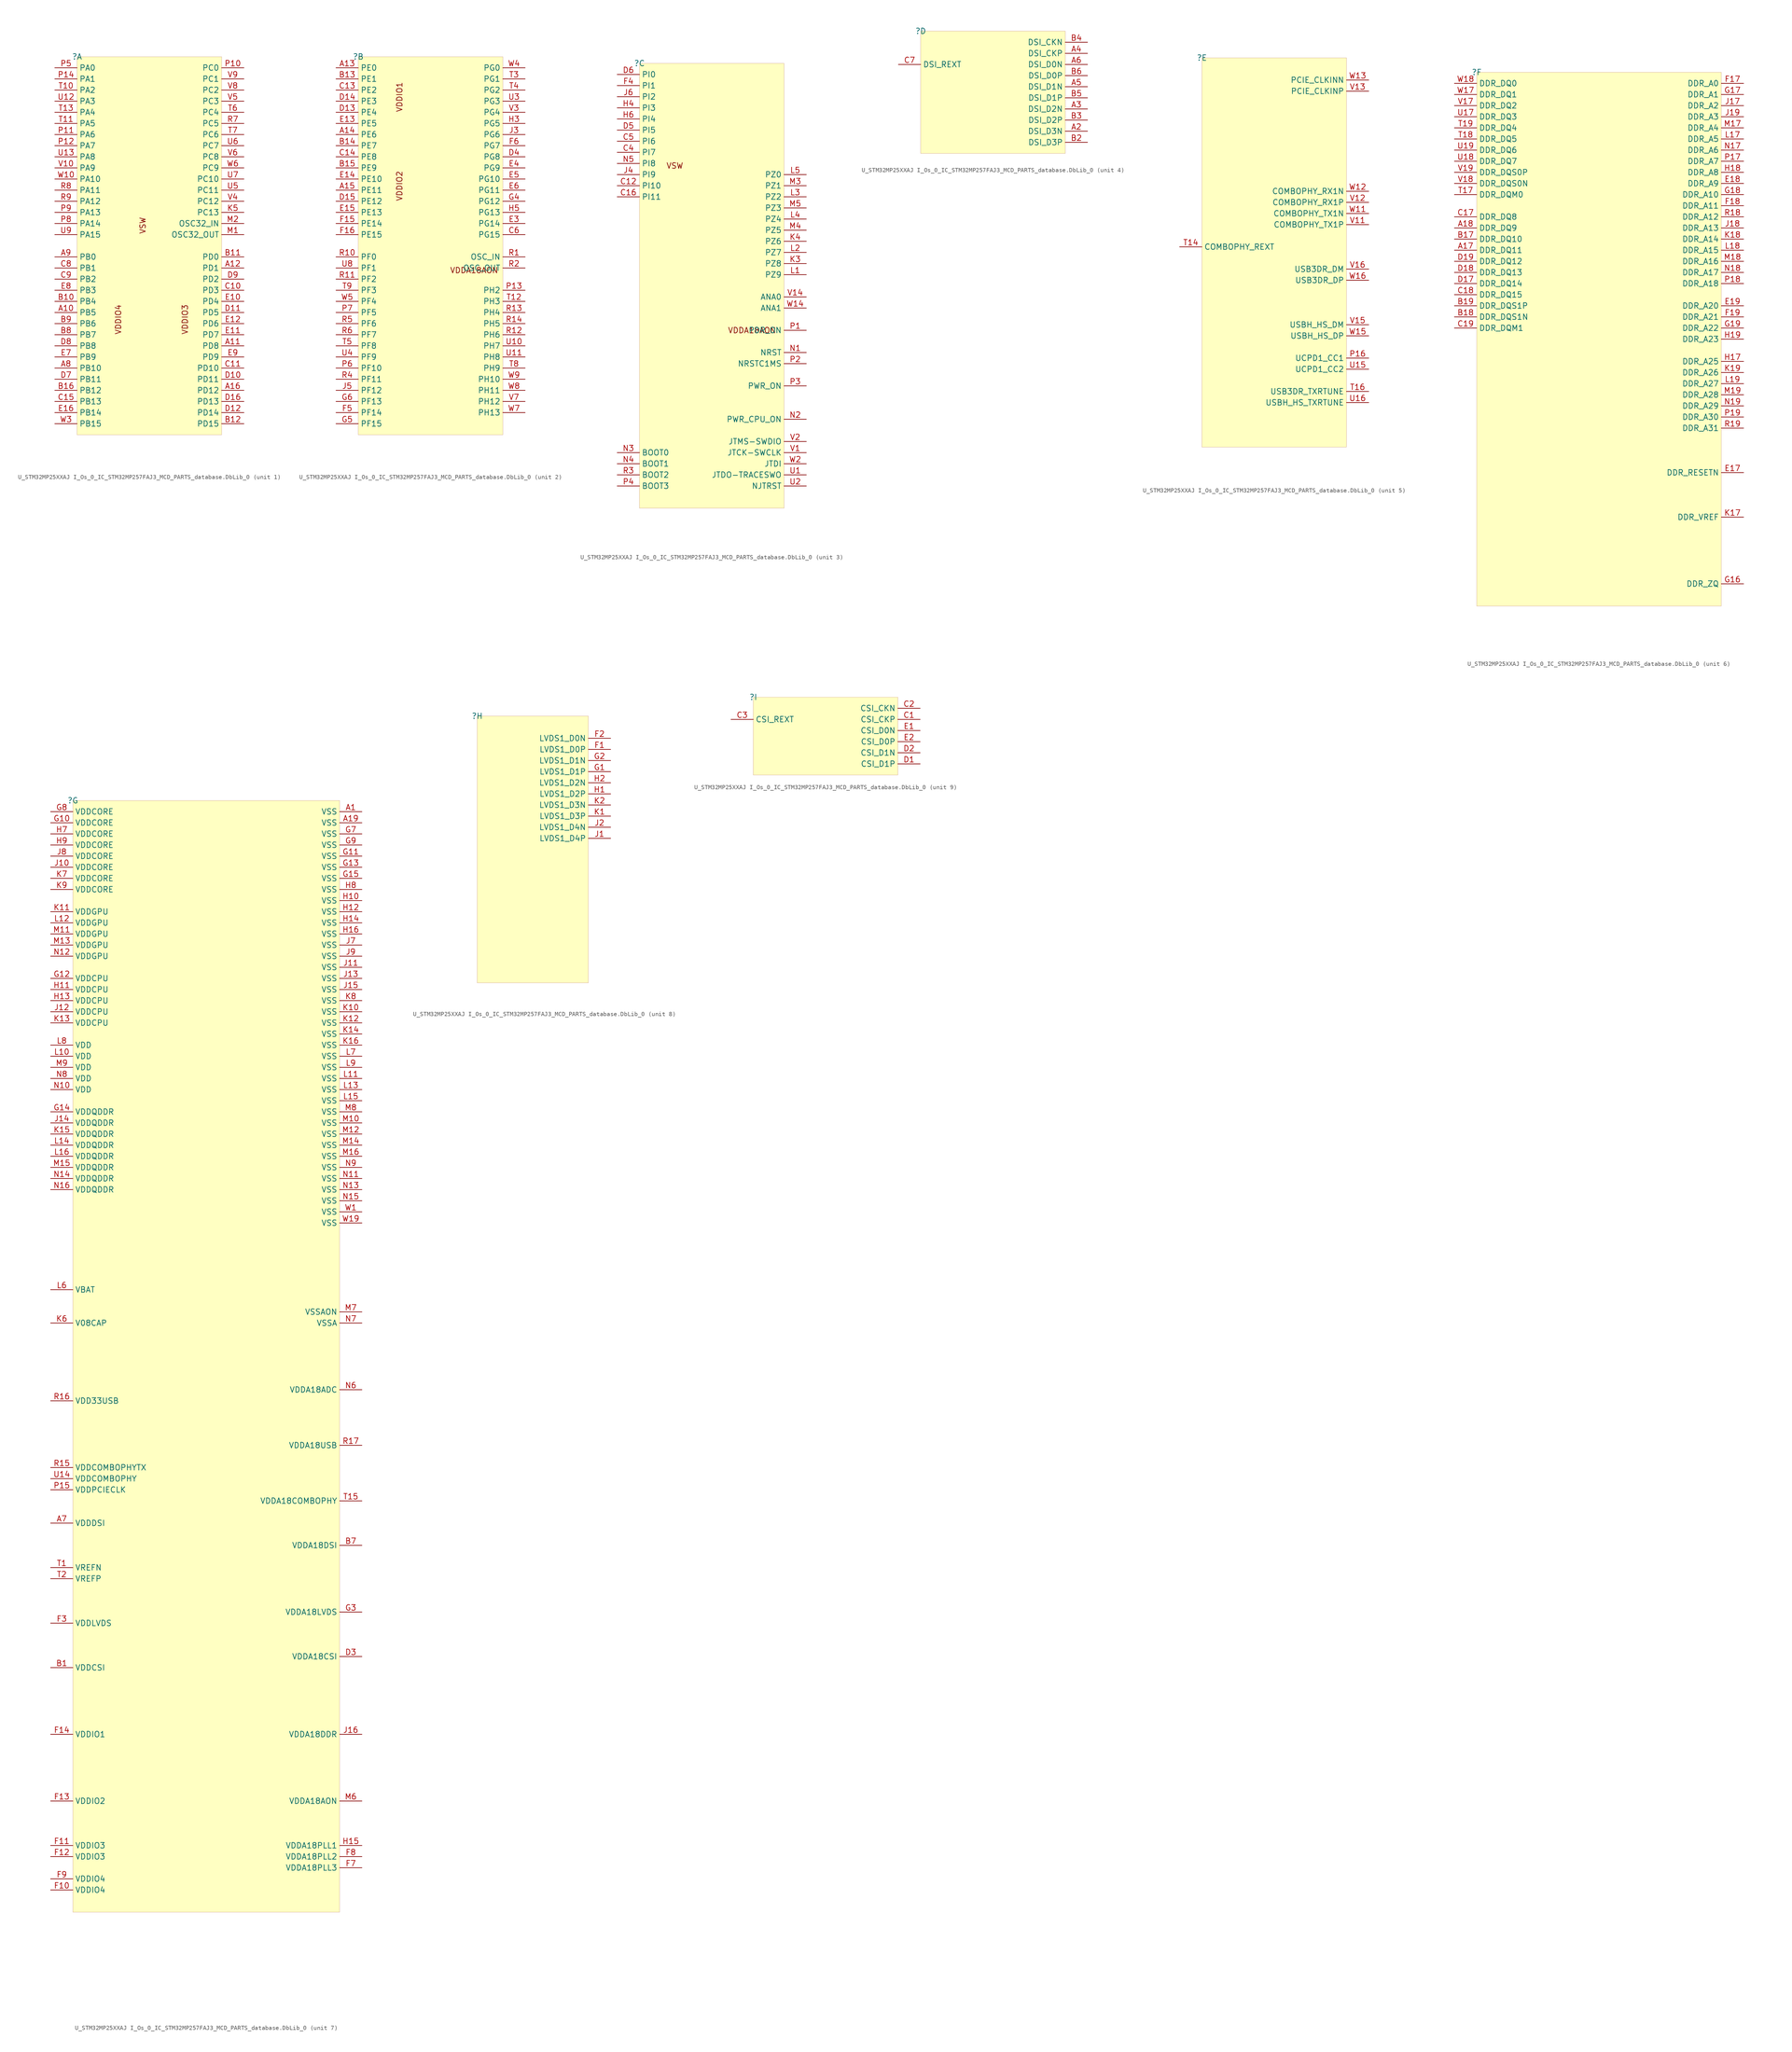
<source format=kicad_sym>
(kicad_symbol_lib
  (version 20241209)
  (generator "kicad_symbol_editor")
  (generator_version "9.0")
  (symbol "U_STM32MP25XXAJ I_Os_0_IC_STM32MP257FAJ3_MCD_PARTS_database.DbLib_0"
    (property "Reference" ""
      (at 0 0 0)
      (effects (font (size 1.27 1.27))))
    (property "Value" ""
      (at 0 0 0)
      (effects (font (size 1.27 1.27))))
    (symbol "U_STM32MP25XXAJ I_Os_0_IC_STM32MP257FAJ3_MCD_PARTS_database.DbLib_0_1_0"
      (rectangle (start 33.02 0) (end 0 -86.36) (stroke (width 0.025) (type solid) (color 128 0 0 1)) (fill (type background)))
      (text "VDDIO4" (at 10.16 -63.5 900) (effects (font (size 1.27 1.27)) (justify left bottom)))
      (text "VSW" (at 15.748 -36.576 900) (effects (font (size 1.27 1.27)) (justify right bottom)))
      (text "VDDIO3" (at 25.4 -63.5 900) (effects (font (size 1.27 1.27)) (justify left bottom)))
      (pin passive line (at -5.08 -2.54 0) (length 5.08) (name "PA0" (effects (font (size 1.27 1.27)))) (number "P5" (effects (font (size 1.27 1.27)))))
      (pin passive line (at -5.08 -5.08 0) (length 5.08) (name "PA1" (effects (font (size 1.27 1.27)))) (number "P14" (effects (font (size 1.27 1.27)))))
      (pin passive line (at -5.08 -7.62 0) (length 5.08) (name "PA2" (effects (font (size 1.27 1.27)))) (number "T10" (effects (font (size 1.27 1.27)))))
      (pin passive line (at -5.08 -10.16 0) (length 5.08) (name "PA3" (effects (font (size 1.27 1.27)))) (number "U12" (effects (font (size 1.27 1.27)))))
      (pin passive line (at -5.08 -12.7 0) (length 5.08) (name "PA4" (effects (font (size 1.27 1.27)))) (number "T13" (effects (font (size 1.27 1.27)))))
      (pin passive line (at -5.08 -15.24 0) (length 5.08) (name "PA5" (effects (font (size 1.27 1.27)))) (number "T11" (effects (font (size 1.27 1.27)))))
      (pin passive line (at -5.08 -17.78 0) (length 5.08) (name "PA6" (effects (font (size 1.27 1.27)))) (number "P11" (effects (font (size 1.27 1.27)))))
      (pin passive line (at -5.08 -20.32 0) (length 5.08) (name "PA7" (effects (font (size 1.27 1.27)))) (number "P12" (effects (font (size 1.27 1.27)))))
      (pin passive line (at -5.08 -22.86 0) (length 5.08) (name "PA8" (effects (font (size 1.27 1.27)))) (number "U13" (effects (font (size 1.27 1.27)))))
      (pin passive line (at -5.08 -25.4 0) (length 5.08) (name "PA9" (effects (font (size 1.27 1.27)))) (number "V10" (effects (font (size 1.27 1.27)))))
      (pin passive line (at -5.08 -27.94 0) (length 5.08) (name "PA10" (effects (font (size 1.27 1.27)))) (number "W10" (effects (font (size 1.27 1.27)))))
      (pin passive line (at -5.08 -30.48 0) (length 5.08) (name "PA11" (effects (font (size 1.27 1.27)))) (number "R8" (effects (font (size 1.27 1.27)))))
      (pin passive line (at -5.08 -33.02 0) (length 5.08) (name "PA12" (effects (font (size 1.27 1.27)))) (number "R9" (effects (font (size 1.27 1.27)))))
      (pin passive line (at -5.08 -35.56 0) (length 5.08) (name "PA13" (effects (font (size 1.27 1.27)))) (number "P9" (effects (font (size 1.27 1.27)))))
      (pin passive line (at -5.08 -38.1 0) (length 5.08) (name "PA14" (effects (font (size 1.27 1.27)))) (number "P8" (effects (font (size 1.27 1.27)))))
      (pin passive line (at -5.08 -40.64 0) (length 5.08) (name "PA15" (effects (font (size 1.27 1.27)))) (number "U9" (effects (font (size 1.27 1.27)))))
      (pin passive line (at -5.08 -45.72 0) (length 5.08) (name "PB0" (effects (font (size 1.27 1.27)))) (number "A9" (effects (font (size 1.27 1.27)))))
      (pin passive line (at -5.08 -48.26 0) (length 5.08) (name "PB1" (effects (font (size 1.27 1.27)))) (number "C8" (effects (font (size 1.27 1.27)))))
      (pin passive line (at -5.08 -50.8 0) (length 5.08) (name "PB2" (effects (font (size 1.27 1.27)))) (number "C9" (effects (font (size 1.27 1.27)))))
      (pin passive line (at -5.08 -53.34 0) (length 5.08) (name "PB3" (effects (font (size 1.27 1.27)))) (number "E8" (effects (font (size 1.27 1.27)))))
      (pin passive line (at -5.08 -55.88 0) (length 5.08) (name "PB4" (effects (font (size 1.27 1.27)))) (number "B10" (effects (font (size 1.27 1.27)))))
      (pin passive line (at -5.08 -58.42 0) (length 5.08) (name "PB5" (effects (font (size 1.27 1.27)))) (number "A10" (effects (font (size 1.27 1.27)))))
      (pin passive line (at -5.08 -60.96 0) (length 5.08) (name "PB6" (effects (font (size 1.27 1.27)))) (number "B9" (effects (font (size 1.27 1.27)))))
      (pin passive line (at -5.08 -63.5 0) (length 5.08) (name "PB7" (effects (font (size 1.27 1.27)))) (number "B8" (effects (font (size 1.27 1.27)))))
      (pin passive line (at -5.08 -66.04 0) (length 5.08) (name "PB8" (effects (font (size 1.27 1.27)))) (number "D8" (effects (font (size 1.27 1.27)))))
      (pin passive line (at -5.08 -68.58 0) (length 5.08) (name "PB9" (effects (font (size 1.27 1.27)))) (number "E7" (effects (font (size 1.27 1.27)))))
      (pin passive line (at -5.08 -71.12 0) (length 5.08) (name "PB10" (effects (font (size 1.27 1.27)))) (number "A8" (effects (font (size 1.27 1.27)))))
      (pin passive line (at -5.08 -73.66 0) (length 5.08) (name "PB11" (effects (font (size 1.27 1.27)))) (number "D7" (effects (font (size 1.27 1.27)))))
      (pin passive line (at -5.08 -76.2 0) (length 5.08) (name "PB12" (effects (font (size 1.27 1.27)))) (number "B16" (effects (font (size 1.27 1.27)))))
      (pin passive line (at -5.08 -78.74 0) (length 5.08) (name "PB13" (effects (font (size 1.27 1.27)))) (number "C15" (effects (font (size 1.27 1.27)))))
      (pin passive line (at -5.08 -81.28 0) (length 5.08) (name "PB14" (effects (font (size 1.27 1.27)))) (number "E16" (effects (font (size 1.27 1.27)))))
      (pin passive line (at -5.08 -83.82 0) (length 5.08) (name "PB15" (effects (font (size 1.27 1.27)))) (number "W3" (effects (font (size 1.27 1.27)))))
      (pin passive line (at 38.1 -2.54 180) (length 5.08) (name "PC0" (effects (font (size 1.27 1.27)))) (number "P10" (effects (font (size 1.27 1.27)))))
      (pin passive line (at 38.1 -5.08 180) (length 5.08) (name "PC1" (effects (font (size 1.27 1.27)))) (number "V9" (effects (font (size 1.27 1.27)))))
      (pin passive line (at 38.1 -7.62 180) (length 5.08) (name "PC2" (effects (font (size 1.27 1.27)))) (number "V8" (effects (font (size 1.27 1.27)))))
      (pin passive line (at 38.1 -10.16 180) (length 5.08) (name "PC3" (effects (font (size 1.27 1.27)))) (number "V5" (effects (font (size 1.27 1.27)))))
      (pin passive line (at 38.1 -12.7 180) (length 5.08) (name "PC4" (effects (font (size 1.27 1.27)))) (number "T6" (effects (font (size 1.27 1.27)))))
      (pin passive line (at 38.1 -15.24 180) (length 5.08) (name "PC5" (effects (font (size 1.27 1.27)))) (number "R7" (effects (font (size 1.27 1.27)))))
      (pin passive line (at 38.1 -17.78 180) (length 5.08) (name "PC6" (effects (font (size 1.27 1.27)))) (number "T7" (effects (font (size 1.27 1.27)))))
      (pin passive line (at 38.1 -20.32 180) (length 5.08) (name "PC7" (effects (font (size 1.27 1.27)))) (number "U6" (effects (font (size 1.27 1.27)))))
      (pin passive line (at 38.1 -22.86 180) (length 5.08) (name "PC8" (effects (font (size 1.27 1.27)))) (number "V6" (effects (font (size 1.27 1.27)))))
      (pin passive line (at 38.1 -25.4 180) (length 5.08) (name "PC9" (effects (font (size 1.27 1.27)))) (number "W6" (effects (font (size 1.27 1.27)))))
      (pin passive line (at 38.1 -27.94 180) (length 5.08) (name "PC10" (effects (font (size 1.27 1.27)))) (number "U7" (effects (font (size 1.27 1.27)))))
      (pin passive line (at 38.1 -30.48 180) (length 5.08) (name "PC11" (effects (font (size 1.27 1.27)))) (number "U5" (effects (font (size 1.27 1.27)))))
      (pin passive line (at 38.1 -33.02 180) (length 5.08) (name "PC12" (effects (font (size 1.27 1.27)))) (number "V4" (effects (font (size 1.27 1.27)))))
      (pin passive line (at 38.1 -35.56 180) (length 5.08) (name "PC13" (effects (font (size 1.27 1.27)))) (number "K5" (effects (font (size 1.27 1.27)))))
      (pin passive line (at 38.1 -38.1 180) (length 5.08) (name "OSC32_IN" (effects (font (size 1.27 1.27)))) (number "M2" (effects (font (size 1.27 1.27)))))
      (pin passive line (at 38.1 -40.64 180) (length 5.08) (name "OSC32_OUT" (effects (font (size 1.27 1.27)))) (number "M1" (effects (font (size 1.27 1.27)))))
      (pin passive line (at 38.1 -45.72 180) (length 5.08) (name "PD0" (effects (font (size 1.27 1.27)))) (number "B11" (effects (font (size 1.27 1.27)))))
      (pin passive line (at 38.1 -48.26 180) (length 5.08) (name "PD1" (effects (font (size 1.27 1.27)))) (number "A12" (effects (font (size 1.27 1.27)))))
      (pin passive line (at 38.1 -50.8 180) (length 5.08) (name "PD2" (effects (font (size 1.27 1.27)))) (number "D9" (effects (font (size 1.27 1.27)))))
      (pin passive line (at 38.1 -53.34 180) (length 5.08) (name "PD3" (effects (font (size 1.27 1.27)))) (number "C10" (effects (font (size 1.27 1.27)))))
      (pin passive line (at 38.1 -55.88 180) (length 5.08) (name "PD4" (effects (font (size 1.27 1.27)))) (number "E10" (effects (font (size 1.27 1.27)))))
      (pin passive line (at 38.1 -58.42 180) (length 5.08) (name "PD5" (effects (font (size 1.27 1.27)))) (number "D11" (effects (font (size 1.27 1.27)))))
      (pin passive line (at 38.1 -60.96 180) (length 5.08) (name "PD6" (effects (font (size 1.27 1.27)))) (number "E12" (effects (font (size 1.27 1.27)))))
      (pin passive line (at 38.1 -63.5 180) (length 5.08) (name "PD7" (effects (font (size 1.27 1.27)))) (number "E11" (effects (font (size 1.27 1.27)))))
      (pin passive line (at 38.1 -66.04 180) (length 5.08) (name "PD8" (effects (font (size 1.27 1.27)))) (number "A11" (effects (font (size 1.27 1.27)))))
      (pin passive line (at 38.1 -68.58 180) (length 5.08) (name "PD9" (effects (font (size 1.27 1.27)))) (number "E9" (effects (font (size 1.27 1.27)))))
      (pin passive line (at 38.1 -71.12 180) (length 5.08) (name "PD10" (effects (font (size 1.27 1.27)))) (number "C11" (effects (font (size 1.27 1.27)))))
      (pin passive line (at 38.1 -73.66 180) (length 5.08) (name "PD11" (effects (font (size 1.27 1.27)))) (number "D10" (effects (font (size 1.27 1.27)))))
      (pin passive line (at 38.1 -76.2 180) (length 5.08) (name "PD12" (effects (font (size 1.27 1.27)))) (number "A16" (effects (font (size 1.27 1.27)))))
      (pin passive line (at 38.1 -78.74 180) (length 5.08) (name "PD13" (effects (font (size 1.27 1.27)))) (number "D16" (effects (font (size 1.27 1.27)))))
      (pin passive line (at 38.1 -81.28 180) (length 5.08) (name "PD14" (effects (font (size 1.27 1.27)))) (number "D12" (effects (font (size 1.27 1.27)))))
      (pin passive line (at 38.1 -83.82 180) (length 5.08) (name "PD15" (effects (font (size 1.27 1.27)))) (number "B12" (effects (font (size 1.27 1.27))))))
    (symbol "U_STM32MP25XXAJ I_Os_0_IC_STM32MP257FAJ3_MCD_PARTS_database.DbLib_0_2_0"
      (rectangle (start 33.02 0) (end 0 -86.36) (stroke (width 0.025) (type solid) (color 128 0 0 1)) (fill (type background)))
      (text "VDDIO1" (at 10.16 -12.7 900) (effects (font (size 1.27 1.27)) (justify left bottom)))
      (text "VDDIO2" (at 10.16 -33.02 900) (effects (font (size 1.27 1.27)) (justify left bottom)))
      (text "VDDA18AON" (at 32.004 -49.53 0) (effects (font (size 1.27 1.27)) (justify right bottom)))
      (pin passive line (at -5.08 -2.54 0) (length 5.08) (name "PE0" (effects (font (size 1.27 1.27)))) (number "A13" (effects (font (size 1.27 1.27)))))
      (pin passive line (at -5.08 -5.08 0) (length 5.08) (name "PE1" (effects (font (size 1.27 1.27)))) (number "B13" (effects (font (size 1.27 1.27)))))
      (pin passive line (at -5.08 -7.62 0) (length 5.08) (name "PE2" (effects (font (size 1.27 1.27)))) (number "C13" (effects (font (size 1.27 1.27)))))
      (pin passive line (at -5.08 -10.16 0) (length 5.08) (name "PE3" (effects (font (size 1.27 1.27)))) (number "D14" (effects (font (size 1.27 1.27)))))
      (pin passive line (at -5.08 -12.7 0) (length 5.08) (name "PE4" (effects (font (size 1.27 1.27)))) (number "D13" (effects (font (size 1.27 1.27)))))
      (pin passive line (at -5.08 -15.24 0) (length 5.08) (name "PE5" (effects (font (size 1.27 1.27)))) (number "E13" (effects (font (size 1.27 1.27)))))
      (pin passive line (at -5.08 -17.78 0) (length 5.08) (name "PE6" (effects (font (size 1.27 1.27)))) (number "A14" (effects (font (size 1.27 1.27)))))
      (pin passive line (at -5.08 -20.32 0) (length 5.08) (name "PE7" (effects (font (size 1.27 1.27)))) (number "B14" (effects (font (size 1.27 1.27)))))
      (pin passive line (at -5.08 -22.86 0) (length 5.08) (name "PE8" (effects (font (size 1.27 1.27)))) (number "C14" (effects (font (size 1.27 1.27)))))
      (pin passive line (at -5.08 -25.4 0) (length 5.08) (name "PE9" (effects (font (size 1.27 1.27)))) (number "B15" (effects (font (size 1.27 1.27)))))
      (pin passive line (at -5.08 -27.94 0) (length 5.08) (name "PE10" (effects (font (size 1.27 1.27)))) (number "E14" (effects (font (size 1.27 1.27)))))
      (pin passive line (at -5.08 -30.48 0) (length 5.08) (name "PE11" (effects (font (size 1.27 1.27)))) (number "A15" (effects (font (size 1.27 1.27)))))
      (pin passive line (at -5.08 -33.02 0) (length 5.08) (name "PE12" (effects (font (size 1.27 1.27)))) (number "D15" (effects (font (size 1.27 1.27)))))
      (pin passive line (at -5.08 -35.56 0) (length 5.08) (name "PE13" (effects (font (size 1.27 1.27)))) (number "E15" (effects (font (size 1.27 1.27)))))
      (pin passive line (at -5.08 -38.1 0) (length 5.08) (name "PE14" (effects (font (size 1.27 1.27)))) (number "F15" (effects (font (size 1.27 1.27)))))
      (pin passive line (at -5.08 -40.64 0) (length 5.08) (name "PE15" (effects (font (size 1.27 1.27)))) (number "F16" (effects (font (size 1.27 1.27)))))
      (pin passive line (at -5.08 -45.72 0) (length 5.08) (name "PF0" (effects (font (size 1.27 1.27)))) (number "R10" (effects (font (size 1.27 1.27)))))
      (pin passive line (at -5.08 -48.26 0) (length 5.08) (name "PF1" (effects (font (size 1.27 1.27)))) (number "U8" (effects (font (size 1.27 1.27)))))
      (pin passive line (at -5.08 -50.8 0) (length 5.08) (name "PF2" (effects (font (size 1.27 1.27)))) (number "R11" (effects (font (size 1.27 1.27)))))
      (pin passive line (at -5.08 -53.34 0) (length 5.08) (name "PF3" (effects (font (size 1.27 1.27)))) (number "T9" (effects (font (size 1.27 1.27)))))
      (pin passive line (at -5.08 -55.88 0) (length 5.08) (name "PF4" (effects (font (size 1.27 1.27)))) (number "W5" (effects (font (size 1.27 1.27)))))
      (pin passive line (at -5.08 -58.42 0) (length 5.08) (name "PF5" (effects (font (size 1.27 1.27)))) (number "P7" (effects (font (size 1.27 1.27)))))
      (pin passive line (at -5.08 -60.96 0) (length 5.08) (name "PF6" (effects (font (size 1.27 1.27)))) (number "R5" (effects (font (size 1.27 1.27)))))
      (pin passive line (at -5.08 -63.5 0) (length 5.08) (name "PF7" (effects (font (size 1.27 1.27)))) (number "R6" (effects (font (size 1.27 1.27)))))
      (pin passive line (at -5.08 -66.04 0) (length 5.08) (name "PF8" (effects (font (size 1.27 1.27)))) (number "T5" (effects (font (size 1.27 1.27)))))
      (pin passive line (at -5.08 -68.58 0) (length 5.08) (name "PF9" (effects (font (size 1.27 1.27)))) (number "U4" (effects (font (size 1.27 1.27)))))
      (pin passive line (at -5.08 -71.12 0) (length 5.08) (name "PF10" (effects (font (size 1.27 1.27)))) (number "P6" (effects (font (size 1.27 1.27)))))
      (pin passive line (at -5.08 -73.66 0) (length 5.08) (name "PF11" (effects (font (size 1.27 1.27)))) (number "R4" (effects (font (size 1.27 1.27)))))
      (pin passive line (at -5.08 -76.2 0) (length 5.08) (name "PF12" (effects (font (size 1.27 1.27)))) (number "J5" (effects (font (size 1.27 1.27)))))
      (pin passive line (at -5.08 -78.74 0) (length 5.08) (name "PF13" (effects (font (size 1.27 1.27)))) (number "G6" (effects (font (size 1.27 1.27)))))
      (pin passive line (at -5.08 -81.28 0) (length 5.08) (name "PF14" (effects (font (size 1.27 1.27)))) (number "F5" (effects (font (size 1.27 1.27)))))
      (pin passive line (at -5.08 -83.82 0) (length 5.08) (name "PF15" (effects (font (size 1.27 1.27)))) (number "G5" (effects (font (size 1.27 1.27)))))
      (pin passive line (at 38.1 -2.54 180) (length 5.08) (name "PG0" (effects (font (size 1.27 1.27)))) (number "W4" (effects (font (size 1.27 1.27)))))
      (pin passive line (at 38.1 -5.08 180) (length 5.08) (name "PG1" (effects (font (size 1.27 1.27)))) (number "T3" (effects (font (size 1.27 1.27)))))
      (pin passive line (at 38.1 -7.62 180) (length 5.08) (name "PG2" (effects (font (size 1.27 1.27)))) (number "T4" (effects (font (size 1.27 1.27)))))
      (pin passive line (at 38.1 -10.16 180) (length 5.08) (name "PG3" (effects (font (size 1.27 1.27)))) (number "U3" (effects (font (size 1.27 1.27)))))
      (pin passive line (at 38.1 -12.7 180) (length 5.08) (name "PG4" (effects (font (size 1.27 1.27)))) (number "V3" (effects (font (size 1.27 1.27)))))
      (pin passive line (at 38.1 -15.24 180) (length 5.08) (name "PG5" (effects (font (size 1.27 1.27)))) (number "H3" (effects (font (size 1.27 1.27)))))
      (pin passive line (at 38.1 -17.78 180) (length 5.08) (name "PG6" (effects (font (size 1.27 1.27)))) (number "J3" (effects (font (size 1.27 1.27)))))
      (pin passive line (at 38.1 -20.32 180) (length 5.08) (name "PG7" (effects (font (size 1.27 1.27)))) (number "F6" (effects (font (size 1.27 1.27)))))
      (pin passive line (at 38.1 -22.86 180) (length 5.08) (name "PG8" (effects (font (size 1.27 1.27)))) (number "D4" (effects (font (size 1.27 1.27)))))
      (pin passive line (at 38.1 -25.4 180) (length 5.08) (name "PG9" (effects (font (size 1.27 1.27)))) (number "E4" (effects (font (size 1.27 1.27)))))
      (pin passive line (at 38.1 -27.94 180) (length 5.08) (name "PG10" (effects (font (size 1.27 1.27)))) (number "E5" (effects (font (size 1.27 1.27)))))
      (pin passive line (at 38.1 -30.48 180) (length 5.08) (name "PG11" (effects (font (size 1.27 1.27)))) (number "E6" (effects (font (size 1.27 1.27)))))
      (pin passive line (at 38.1 -33.02 180) (length 5.08) (name "PG12" (effects (font (size 1.27 1.27)))) (number "G4" (effects (font (size 1.27 1.27)))))
      (pin passive line (at 38.1 -35.56 180) (length 5.08) (name "PG13" (effects (font (size 1.27 1.27)))) (number "H5" (effects (font (size 1.27 1.27)))))
      (pin passive line (at 38.1 -38.1 180) (length 5.08) (name "PG14" (effects (font (size 1.27 1.27)))) (number "E3" (effects (font (size 1.27 1.27)))))
      (pin passive line (at 38.1 -40.64 180) (length 5.08) (name "PG15" (effects (font (size 1.27 1.27)))) (number "C6" (effects (font (size 1.27 1.27)))))
      (pin passive line (at 38.1 -45.72 180) (length 5.08) (name "OSC_IN" (effects (font (size 1.27 1.27)))) (number "R1" (effects (font (size 1.27 1.27)))))
      (pin passive line (at 38.1 -48.26 180) (length 5.08) (name "OSC_OUT" (effects (font (size 1.27 1.27)))) (number "R2" (effects (font (size 1.27 1.27)))))
      (pin passive line (at 38.1 -53.34 180) (length 5.08) (name "PH2" (effects (font (size 1.27 1.27)))) (number "P13" (effects (font (size 1.27 1.27)))))
      (pin passive line (at 38.1 -55.88 180) (length 5.08) (name "PH3" (effects (font (size 1.27 1.27)))) (number "T12" (effects (font (size 1.27 1.27)))))
      (pin passive line (at 38.1 -58.42 180) (length 5.08) (name "PH4" (effects (font (size 1.27 1.27)))) (number "R13" (effects (font (size 1.27 1.27)))))
      (pin passive line (at 38.1 -60.96 180) (length 5.08) (name "PH5" (effects (font (size 1.27 1.27)))) (number "R14" (effects (font (size 1.27 1.27)))))
      (pin passive line (at 38.1 -63.5 180) (length 5.08) (name "PH6" (effects (font (size 1.27 1.27)))) (number "R12" (effects (font (size 1.27 1.27)))))
      (pin passive line (at 38.1 -66.04 180) (length 5.08) (name "PH7" (effects (font (size 1.27 1.27)))) (number "U10" (effects (font (size 1.27 1.27)))))
      (pin passive line (at 38.1 -68.58 180) (length 5.08) (name "PH8" (effects (font (size 1.27 1.27)))) (number "U11" (effects (font (size 1.27 1.27)))))
      (pin passive line (at 38.1 -71.12 180) (length 5.08) (name "PH9" (effects (font (size 1.27 1.27)))) (number "T8" (effects (font (size 1.27 1.27)))))
      (pin passive line (at 38.1 -73.66 180) (length 5.08) (name "PH10" (effects (font (size 1.27 1.27)))) (number "W9" (effects (font (size 1.27 1.27)))))
      (pin passive line (at 38.1 -76.2 180) (length 5.08) (name "PH11" (effects (font (size 1.27 1.27)))) (number "W8" (effects (font (size 1.27 1.27)))))
      (pin passive line (at 38.1 -78.74 180) (length 5.08) (name "PH12" (effects (font (size 1.27 1.27)))) (number "V7" (effects (font (size 1.27 1.27)))))
      (pin passive line (at 38.1 -81.28 180) (length 5.08) (name "PH13" (effects (font (size 1.27 1.27)))) (number "W7" (effects (font (size 1.27 1.27))))))
    (symbol "U_STM32MP25XXAJ I_Os_0_IC_STM32MP257FAJ3_MCD_PARTS_database.DbLib_0_3_0"
      (rectangle (start 33.02 0) (end 0 -101.6) (stroke (width 0.025) (type solid) (color 128 0 0 1)) (fill (type background)))
      (text "VSW" (at 6.096 -24.13 0) (effects (font (size 1.27 1.27)) (justify left bottom)))
      (text "VDDA18AON" (at 31.242 -61.722 0) (effects (font (size 1.27 1.27)) (justify right bottom)))
      (pin passive line (at -5.08 -2.54 0) (length 5.08) (name "PI0" (effects (font (size 1.27 1.27)))) (number "D6" (effects (font (size 1.27 1.27)))))
      (pin passive line (at -5.08 -5.08 0) (length 5.08) (name "PI1" (effects (font (size 1.27 1.27)))) (number "F4" (effects (font (size 1.27 1.27)))))
      (pin passive line (at -5.08 -7.62 0) (length 5.08) (name "PI2" (effects (font (size 1.27 1.27)))) (number "J6" (effects (font (size 1.27 1.27)))))
      (pin passive line (at -5.08 -10.16 0) (length 5.08) (name "PI3" (effects (font (size 1.27 1.27)))) (number "H4" (effects (font (size 1.27 1.27)))))
      (pin passive line (at -5.08 -12.7 0) (length 5.08) (name "PI4" (effects (font (size 1.27 1.27)))) (number "H6" (effects (font (size 1.27 1.27)))))
      (pin passive line (at -5.08 -15.24 0) (length 5.08) (name "PI5" (effects (font (size 1.27 1.27)))) (number "D5" (effects (font (size 1.27 1.27)))))
      (pin passive line (at -5.08 -17.78 0) (length 5.08) (name "PI6" (effects (font (size 1.27 1.27)))) (number "C5" (effects (font (size 1.27 1.27)))))
      (pin passive line (at -5.08 -20.32 0) (length 5.08) (name "PI7" (effects (font (size 1.27 1.27)))) (number "C4" (effects (font (size 1.27 1.27)))))
      (pin passive line (at -5.08 -22.86 0) (length 5.08) (name "PI8" (effects (font (size 1.27 1.27)))) (number "N5" (effects (font (size 1.27 1.27)))))
      (pin passive line (at -5.08 -25.4 0) (length 5.08) (name "PI9" (effects (font (size 1.27 1.27)))) (number "J4" (effects (font (size 1.27 1.27)))))
      (pin passive line (at -5.08 -27.94 0) (length 5.08) (name "PI10" (effects (font (size 1.27 1.27)))) (number "C12" (effects (font (size 1.27 1.27)))))
      (pin passive line (at -5.08 -30.48 0) (length 5.08) (name "PI11" (effects (font (size 1.27 1.27)))) (number "C16" (effects (font (size 1.27 1.27)))))
      (pin passive line (at -5.08 -88.9 0) (length 5.08) (name "BOOT0" (effects (font (size 1.27 1.27)))) (number "N3" (effects (font (size 1.27 1.27)))))
      (pin passive line (at -5.08 -91.44 0) (length 5.08) (name "BOOT1" (effects (font (size 1.27 1.27)))) (number "N4" (effects (font (size 1.27 1.27)))))
      (pin passive line (at -5.08 -93.98 0) (length 5.08) (name "BOOT2" (effects (font (size 1.27 1.27)))) (number "R3" (effects (font (size 1.27 1.27)))))
      (pin passive line (at -5.08 -96.52 0) (length 5.08) (name "BOOT3" (effects (font (size 1.27 1.27)))) (number "P4" (effects (font (size 1.27 1.27)))))
      (pin passive line (at 38.1 -25.4 180) (length 5.08) (name "PZ0" (effects (font (size 1.27 1.27)))) (number "L5" (effects (font (size 1.27 1.27)))))
      (pin passive line (at 38.1 -27.94 180) (length 5.08) (name "PZ1" (effects (font (size 1.27 1.27)))) (number "M3" (effects (font (size 1.27 1.27)))))
      (pin passive line (at 38.1 -30.48 180) (length 5.08) (name "PZ2" (effects (font (size 1.27 1.27)))) (number "L3" (effects (font (size 1.27 1.27)))))
      (pin passive line (at 38.1 -33.02 180) (length 5.08) (name "PZ3" (effects (font (size 1.27 1.27)))) (number "M5" (effects (font (size 1.27 1.27)))))
      (pin passive line (at 38.1 -35.56 180) (length 5.08) (name "PZ4" (effects (font (size 1.27 1.27)))) (number "L4" (effects (font (size 1.27 1.27)))))
      (pin passive line (at 38.1 -38.1 180) (length 5.08) (name "PZ5" (effects (font (size 1.27 1.27)))) (number "M4" (effects (font (size 1.27 1.27)))))
      (pin passive line (at 38.1 -40.64 180) (length 5.08) (name "PZ6" (effects (font (size 1.27 1.27)))) (number "K4" (effects (font (size 1.27 1.27)))))
      (pin passive line (at 38.1 -43.18 180) (length 5.08) (name "PZ7" (effects (font (size 1.27 1.27)))) (number "L2" (effects (font (size 1.27 1.27)))))
      (pin passive line (at 38.1 -45.72 180) (length 5.08) (name "PZ8" (effects (font (size 1.27 1.27)))) (number "K3" (effects (font (size 1.27 1.27)))))
      (pin passive line (at 38.1 -48.26 180) (length 5.08) (name "PZ9" (effects (font (size 1.27 1.27)))) (number "L1" (effects (font (size 1.27 1.27)))))
      (pin passive line (at 38.1 -53.34 180) (length 5.08) (name "ANA0" (effects (font (size 1.27 1.27)))) (number "V14" (effects (font (size 1.27 1.27)))))
      (pin passive line (at 38.1 -55.88 180) (length 5.08) (name "ANA1" (effects (font (size 1.27 1.27)))) (number "W14" (effects (font (size 1.27 1.27)))))
      (pin passive line (at 38.1 -60.96 180) (length 5.08) (name "PDR_ON" (effects (font (size 1.27 1.27)))) (number "P1" (effects (font (size 1.27 1.27)))))
      (pin passive line (at 38.1 -66.04 180) (length 5.08) (name "NRST" (effects (font (size 1.27 1.27)))) (number "N1" (effects (font (size 1.27 1.27)))))
      (pin passive line (at 38.1 -68.58 180) (length 5.08) (name "NRSTC1MS" (effects (font (size 1.27 1.27)))) (number "P2" (effects (font (size 1.27 1.27)))))
      (pin passive line (at 38.1 -73.66 180) (length 5.08) (name "PWR_ON" (effects (font (size 1.27 1.27)))) (number "P3" (effects (font (size 1.27 1.27)))))
      (pin passive line (at 38.1 -81.28 180) (length 5.08) (name "PWR_CPU_ON" (effects (font (size 1.27 1.27)))) (number "N2" (effects (font (size 1.27 1.27)))))
      (pin passive line (at 38.1 -86.36 180) (length 5.08) (name "JTMS-SWDIO" (effects (font (size 1.27 1.27)))) (number "V2" (effects (font (size 1.27 1.27)))))
      (pin passive line (at 38.1 -88.9 180) (length 5.08) (name "JTCK-SWCLK" (effects (font (size 1.27 1.27)))) (number "V1" (effects (font (size 1.27 1.27)))))
      (pin passive line (at 38.1 -91.44 180) (length 5.08) (name "JTDI" (effects (font (size 1.27 1.27)))) (number "W2" (effects (font (size 1.27 1.27)))))
      (pin passive line (at 38.1 -93.98 180) (length 5.08) (name "JTDO-TRACESWO" (effects (font (size 1.27 1.27)))) (number "U1" (effects (font (size 1.27 1.27)))))
      (pin passive line (at 38.1 -96.52 180) (length 5.08) (name "NJTRST" (effects (font (size 1.27 1.27)))) (number "U2" (effects (font (size 1.27 1.27))))))
    (symbol "U_STM32MP25XXAJ I_Os_0_IC_STM32MP257FAJ3_MCD_PARTS_database.DbLib_0_4_0"
      (rectangle (start 33.02 0) (end 0 -27.94) (stroke (width 0.025) (type solid) (color 128 0 0 1)) (fill (type background)))
      (pin passive line (at -5.08 -7.62 0) (length 5.08) (name "DSI_REXT" (effects (font (size 1.27 1.27)))) (number "C7" (effects (font (size 1.27 1.27)))))
      (pin passive line (at 38.1 -2.54 180) (length 5.08) (name "DSI_CKN" (effects (font (size 1.27 1.27)))) (number "B4" (effects (font (size 1.27 1.27)))))
      (pin passive line (at 38.1 -5.08 180) (length 5.08) (name "DSI_CKP" (effects (font (size 1.27 1.27)))) (number "A4" (effects (font (size 1.27 1.27)))))
      (pin passive line (at 38.1 -7.62 180) (length 5.08) (name "DSI_D0N" (effects (font (size 1.27 1.27)))) (number "A6" (effects (font (size 1.27 1.27)))))
      (pin passive line (at 38.1 -10.16 180) (length 5.08) (name "DSI_D0P" (effects (font (size 1.27 1.27)))) (number "B6" (effects (font (size 1.27 1.27)))))
      (pin passive line (at 38.1 -12.7 180) (length 5.08) (name "DSI_D1N" (effects (font (size 1.27 1.27)))) (number "A5" (effects (font (size 1.27 1.27)))))
      (pin passive line (at 38.1 -15.24 180) (length 5.08) (name "DSI_D1P" (effects (font (size 1.27 1.27)))) (number "B5" (effects (font (size 1.27 1.27)))))
      (pin passive line (at 38.1 -17.78 180) (length 5.08) (name "DSI_D2N" (effects (font (size 1.27 1.27)))) (number "A3" (effects (font (size 1.27 1.27)))))
      (pin passive line (at 38.1 -20.32 180) (length 5.08) (name "DSI_D2P" (effects (font (size 1.27 1.27)))) (number "B3" (effects (font (size 1.27 1.27)))))
      (pin passive line (at 38.1 -22.86 180) (length 5.08) (name "DSI_D3N" (effects (font (size 1.27 1.27)))) (number "A2" (effects (font (size 1.27 1.27)))))
      (pin passive line (at 38.1 -25.4 180) (length 5.08) (name "DSI_D3P" (effects (font (size 1.27 1.27)))) (number "B2" (effects (font (size 1.27 1.27))))))
    (symbol "U_STM32MP25XXAJ I_Os_0_IC_STM32MP257FAJ3_MCD_PARTS_database.DbLib_0_5_0"
      (rectangle (start 33.02 0) (end 0 -88.9) (stroke (width 0.025) (type solid) (color 128 0 0 1)) (fill (type background)))
      (pin passive line (at -5.08 -43.18 0) (length 5.08) (name "COMBOPHY_REXT" (effects (font (size 1.27 1.27)))) (number "T14" (effects (font (size 1.27 1.27)))))
      (pin passive line (at 38.1 -5.08 180) (length 5.08) (name "PCIE_CLKINN" (effects (font (size 1.27 1.27)))) (number "W13" (effects (font (size 1.27 1.27)))))
      (pin passive line (at 38.1 -7.62 180) (length 5.08) (name "PCIE_CLKINP" (effects (font (size 1.27 1.27)))) (number "V13" (effects (font (size 1.27 1.27)))))
      (pin passive line (at 38.1 -30.48 180) (length 5.08) (name "COMBOPHY_RX1N" (effects (font (size 1.27 1.27)))) (number "W12" (effects (font (size 1.27 1.27)))))
      (pin passive line (at 38.1 -33.02 180) (length 5.08) (name "COMBOPHY_RX1P" (effects (font (size 1.27 1.27)))) (number "V12" (effects (font (size 1.27 1.27)))))
      (pin passive line (at 38.1 -35.56 180) (length 5.08) (name "COMBOPHY_TX1N" (effects (font (size 1.27 1.27)))) (number "W11" (effects (font (size 1.27 1.27)))))
      (pin passive line (at 38.1 -38.1 180) (length 5.08) (name "COMBOPHY_TX1P" (effects (font (size 1.27 1.27)))) (number "V11" (effects (font (size 1.27 1.27)))))
      (pin passive line (at 38.1 -48.26 180) (length 5.08) (name "USB3DR_DM" (effects (font (size 1.27 1.27)))) (number "V16" (effects (font (size 1.27 1.27)))))
      (pin passive line (at 38.1 -50.8 180) (length 5.08) (name "USB3DR_DP" (effects (font (size 1.27 1.27)))) (number "W16" (effects (font (size 1.27 1.27)))))
      (pin passive line (at 38.1 -60.96 180) (length 5.08) (name "USBH_HS_DM" (effects (font (size 1.27 1.27)))) (number "V15" (effects (font (size 1.27 1.27)))))
      (pin passive line (at 38.1 -63.5 180) (length 5.08) (name "USBH_HS_DP" (effects (font (size 1.27 1.27)))) (number "W15" (effects (font (size 1.27 1.27)))))
      (pin passive line (at 38.1 -68.58 180) (length 5.08) (name "UCPD1_CC1" (effects (font (size 1.27 1.27)))) (number "P16" (effects (font (size 1.27 1.27)))))
      (pin passive line (at 38.1 -71.12 180) (length 5.08) (name "UCPD1_CC2" (effects (font (size 1.27 1.27)))) (number "U15" (effects (font (size 1.27 1.27)))))
      (pin passive line (at 38.1 -76.2 180) (length 5.08) (name "USB3DR_TXRTUNE" (effects (font (size 1.27 1.27)))) (number "T16" (effects (font (size 1.27 1.27)))))
      (pin passive line (at 38.1 -78.74 180) (length 5.08) (name "USBH_HS_TXRTUNE" (effects (font (size 1.27 1.27)))) (number "U16" (effects (font (size 1.27 1.27))))))
    (symbol "U_STM32MP25XXAJ I_Os_0_IC_STM32MP257FAJ3_MCD_PARTS_database.DbLib_0_6_0"
      (rectangle (start 55.88 0) (end 0 -121.92) (stroke (width 0.025) (type solid) (color 128 0 0 1)) (fill (type background)))
      (pin passive line (at -5.08 -2.54 0) (length 5.08) (name "DDR_DQ0" (effects (font (size 1.27 1.27)))) (number "W18" (effects (font (size 1.27 1.27)))))
      (pin passive line (at -5.08 -5.08 0) (length 5.08) (name "DDR_DQ1" (effects (font (size 1.27 1.27)))) (number "W17" (effects (font (size 1.27 1.27)))))
      (pin passive line (at -5.08 -7.62 0) (length 5.08) (name "DDR_DQ2" (effects (font (size 1.27 1.27)))) (number "V17" (effects (font (size 1.27 1.27)))))
      (pin passive line (at -5.08 -10.16 0) (length 5.08) (name "DDR_DQ3" (effects (font (size 1.27 1.27)))) (number "U17" (effects (font (size 1.27 1.27)))))
      (pin passive line (at -5.08 -12.7 0) (length 5.08) (name "DDR_DQ4" (effects (font (size 1.27 1.27)))) (number "T19" (effects (font (size 1.27 1.27)))))
      (pin passive line (at -5.08 -15.24 0) (length 5.08) (name "DDR_DQ5" (effects (font (size 1.27 1.27)))) (number "T18" (effects (font (size 1.27 1.27)))))
      (pin passive line (at -5.08 -17.78 0) (length 5.08) (name "DDR_DQ6" (effects (font (size 1.27 1.27)))) (number "U19" (effects (font (size 1.27 1.27)))))
      (pin passive line (at -5.08 -20.32 0) (length 5.08) (name "DDR_DQ7" (effects (font (size 1.27 1.27)))) (number "U18" (effects (font (size 1.27 1.27)))))
      (pin passive line (at -5.08 -22.86 0) (length 5.08) (name "DDR_DQS0P" (effects (font (size 1.27 1.27)))) (number "V19" (effects (font (size 1.27 1.27)))))
      (pin passive line (at -5.08 -25.4 0) (length 5.08) (name "DDR_DQS0N" (effects (font (size 1.27 1.27)))) (number "V18" (effects (font (size 1.27 1.27)))))
      (pin passive line (at -5.08 -27.94 0) (length 5.08) (name "DDR_DQM0" (effects (font (size 1.27 1.27)))) (number "T17" (effects (font (size 1.27 1.27)))))
      (pin passive line (at -5.08 -33.02 0) (length 5.08) (name "DDR_DQ8" (effects (font (size 1.27 1.27)))) (number "C17" (effects (font (size 1.27 1.27)))))
      (pin passive line (at -5.08 -35.56 0) (length 5.08) (name "DDR_DQ9" (effects (font (size 1.27 1.27)))) (number "A18" (effects (font (size 1.27 1.27)))))
      (pin passive line (at -5.08 -38.1 0) (length 5.08) (name "DDR_DQ10" (effects (font (size 1.27 1.27)))) (number "B17" (effects (font (size 1.27 1.27)))))
      (pin passive line (at -5.08 -40.64 0) (length 5.08) (name "DDR_DQ11" (effects (font (size 1.27 1.27)))) (number "A17" (effects (font (size 1.27 1.27)))))
      (pin passive line (at -5.08 -43.18 0) (length 5.08) (name "DDR_DQ12" (effects (font (size 1.27 1.27)))) (number "D19" (effects (font (size 1.27 1.27)))))
      (pin passive line (at -5.08 -45.72 0) (length 5.08) (name "DDR_DQ13" (effects (font (size 1.27 1.27)))) (number "D18" (effects (font (size 1.27 1.27)))))
      (pin passive line (at -5.08 -48.26 0) (length 5.08) (name "DDR_DQ14" (effects (font (size 1.27 1.27)))) (number "D17" (effects (font (size 1.27 1.27)))))
      (pin passive line (at -5.08 -50.8 0) (length 5.08) (name "DDR_DQ15" (effects (font (size 1.27 1.27)))) (number "C18" (effects (font (size 1.27 1.27)))))
      (pin passive line (at -5.08 -53.34 0) (length 5.08) (name "DDR_DQS1P" (effects (font (size 1.27 1.27)))) (number "B19" (effects (font (size 1.27 1.27)))))
      (pin passive line (at -5.08 -55.88 0) (length 5.08) (name "DDR_DQS1N" (effects (font (size 1.27 1.27)))) (number "B18" (effects (font (size 1.27 1.27)))))
      (pin passive line (at -5.08 -58.42 0) (length 5.08) (name "DDR_DQM1" (effects (font (size 1.27 1.27)))) (number "C19" (effects (font (size 1.27 1.27)))))
      (pin passive line (at 60.96 -2.54 180) (length 5.08) (name "DDR_A0" (effects (font (size 1.27 1.27)))) (number "F17" (effects (font (size 1.27 1.27)))))
      (pin passive line (at 60.96 -5.08 180) (length 5.08) (name "DDR_A1" (effects (font (size 1.27 1.27)))) (number "G17" (effects (font (size 1.27 1.27)))))
      (pin passive line (at 60.96 -7.62 180) (length 5.08) (name "DDR_A2" (effects (font (size 1.27 1.27)))) (number "J17" (effects (font (size 1.27 1.27)))))
      (pin passive line (at 60.96 -10.16 180) (length 5.08) (name "DDR_A3" (effects (font (size 1.27 1.27)))) (number "J19" (effects (font (size 1.27 1.27)))))
      (pin passive line (at 60.96 -12.7 180) (length 5.08) (name "DDR_A4" (effects (font (size 1.27 1.27)))) (number "M17" (effects (font (size 1.27 1.27)))))
      (pin passive line (at 60.96 -15.24 180) (length 5.08) (name "DDR_A5" (effects (font (size 1.27 1.27)))) (number "L17" (effects (font (size 1.27 1.27)))))
      (pin passive line (at 60.96 -17.78 180) (length 5.08) (name "DDR_A6" (effects (font (size 1.27 1.27)))) (number "N17" (effects (font (size 1.27 1.27)))))
      (pin passive line (at 60.96 -20.32 180) (length 5.08) (name "DDR_A7" (effects (font (size 1.27 1.27)))) (number "P17" (effects (font (size 1.27 1.27)))))
      (pin passive line (at 60.96 -22.86 180) (length 5.08) (name "DDR_A8" (effects (font (size 1.27 1.27)))) (number "H18" (effects (font (size 1.27 1.27)))))
      (pin passive line (at 60.96 -25.4 180) (length 5.08) (name "DDR_A9" (effects (font (size 1.27 1.27)))) (number "E18" (effects (font (size 1.27 1.27)))))
      (pin passive line (at 60.96 -27.94 180) (length 5.08) (name "DDR_A10" (effects (font (size 1.27 1.27)))) (number "G18" (effects (font (size 1.27 1.27)))))
      (pin passive line (at 60.96 -30.48 180) (length 5.08) (name "DDR_A11" (effects (font (size 1.27 1.27)))) (number "F18" (effects (font (size 1.27 1.27)))))
      (pin passive line (at 60.96 -33.02 180) (length 5.08) (name "DDR_A12" (effects (font (size 1.27 1.27)))) (number "R18" (effects (font (size 1.27 1.27)))))
      (pin passive line (at 60.96 -35.56 180) (length 5.08) (name "DDR_A13" (effects (font (size 1.27 1.27)))) (number "J18" (effects (font (size 1.27 1.27)))))
      (pin passive line (at 60.96 -38.1 180) (length 5.08) (name "DDR_A14" (effects (font (size 1.27 1.27)))) (number "K18" (effects (font (size 1.27 1.27)))))
      (pin passive line (at 60.96 -40.64 180) (length 5.08) (name "DDR_A15" (effects (font (size 1.27 1.27)))) (number "L18" (effects (font (size 1.27 1.27)))))
      (pin passive line (at 60.96 -43.18 180) (length 5.08) (name "DDR_A16" (effects (font (size 1.27 1.27)))) (number "M18" (effects (font (size 1.27 1.27)))))
      (pin passive line (at 60.96 -45.72 180) (length 5.08) (name "DDR_A17" (effects (font (size 1.27 1.27)))) (number "N18" (effects (font (size 1.27 1.27)))))
      (pin passive line (at 60.96 -48.26 180) (length 5.08) (name "DDR_A18" (effects (font (size 1.27 1.27)))) (number "P18" (effects (font (size 1.27 1.27)))))
      (pin passive line (at 60.96 -53.34 180) (length 5.08) (name "DDR_A20" (effects (font (size 1.27 1.27)))) (number "E19" (effects (font (size 1.27 1.27)))))
      (pin passive line (at 60.96 -55.88 180) (length 5.08) (name "DDR_A21" (effects (font (size 1.27 1.27)))) (number "F19" (effects (font (size 1.27 1.27)))))
      (pin passive line (at 60.96 -58.42 180) (length 5.08) (name "DDR_A22" (effects (font (size 1.27 1.27)))) (number "G19" (effects (font (size 1.27 1.27)))))
      (pin passive line (at 60.96 -60.96 180) (length 5.08) (name "DDR_A23" (effects (font (size 1.27 1.27)))) (number "H19" (effects (font (size 1.27 1.27)))))
      (pin passive line (at 60.96 -66.04 180) (length 5.08) (name "DDR_A25" (effects (font (size 1.27 1.27)))) (number "H17" (effects (font (size 1.27 1.27)))))
      (pin passive line (at 60.96 -68.58 180) (length 5.08) (name "DDR_A26" (effects (font (size 1.27 1.27)))) (number "K19" (effects (font (size 1.27 1.27)))))
      (pin passive line (at 60.96 -71.12 180) (length 5.08) (name "DDR_A27" (effects (font (size 1.27 1.27)))) (number "L19" (effects (font (size 1.27 1.27)))))
      (pin passive line (at 60.96 -73.66 180) (length 5.08) (name "DDR_A28" (effects (font (size 1.27 1.27)))) (number "M19" (effects (font (size 1.27 1.27)))))
      (pin passive line (at 60.96 -76.2 180) (length 5.08) (name "DDR_A29" (effects (font (size 1.27 1.27)))) (number "N19" (effects (font (size 1.27 1.27)))))
      (pin passive line (at 60.96 -78.74 180) (length 5.08) (name "DDR_A30" (effects (font (size 1.27 1.27)))) (number "P19" (effects (font (size 1.27 1.27)))))
      (pin passive line (at 60.96 -81.28 180) (length 5.08) (name "DDR_A31" (effects (font (size 1.27 1.27)))) (number "R19" (effects (font (size 1.27 1.27)))))
      (pin passive line (at 60.96 -91.44 180) (length 5.08) (name "DDR_RESETN" (effects (font (size 1.27 1.27)))) (number "E17" (effects (font (size 1.27 1.27)))))
      (pin passive line (at 60.96 -101.6 180) (length 5.08) (name "DDR_VREF" (effects (font (size 1.27 1.27)))) (number "K17" (effects (font (size 1.27 1.27)))))
      (pin passive line (at 60.96 -116.84 180) (length 5.08) (name "DDR_ZQ" (effects (font (size 1.27 1.27)))) (number "G16" (effects (font (size 1.27 1.27))))))
    (symbol "U_STM32MP25XXAJ I_Os_0_IC_STM32MP257FAJ3_MCD_PARTS_database.DbLib_0_7_0"
      (rectangle (start 60.96 0) (end 0 -254) (stroke (width 0.025) (type solid) (color 128 0 0 1)) (fill (type background)))
      (pin passive line (at -5.08 -2.54 0) (length 5.08) (name "VDDCORE" (effects (font (size 1.27 1.27)))) (number "G8" (effects (font (size 1.27 1.27)))))
      (pin passive line (at -5.08 -5.08 0) (length 5.08) (name "VDDCORE" (effects (font (size 1.27 1.27)))) (number "G10" (effects (font (size 1.27 1.27)))))
      (pin passive line (at -5.08 -7.62 0) (length 5.08) (name "VDDCORE" (effects (font (size 1.27 1.27)))) (number "H7" (effects (font (size 1.27 1.27)))))
      (pin passive line (at -5.08 -10.16 0) (length 5.08) (name "VDDCORE" (effects (font (size 1.27 1.27)))) (number "H9" (effects (font (size 1.27 1.27)))))
      (pin passive line (at -5.08 -12.7 0) (length 5.08) (name "VDDCORE" (effects (font (size 1.27 1.27)))) (number "J8" (effects (font (size 1.27 1.27)))))
      (pin passive line (at -5.08 -15.24 0) (length 5.08) (name "VDDCORE" (effects (font (size 1.27 1.27)))) (number "J10" (effects (font (size 1.27 1.27)))))
      (pin passive line (at -5.08 -17.78 0) (length 5.08) (name "VDDCORE" (effects (font (size 1.27 1.27)))) (number "K7" (effects (font (size 1.27 1.27)))))
      (pin passive line (at -5.08 -20.32 0) (length 5.08) (name "VDDCORE" (effects (font (size 1.27 1.27)))) (number "K9" (effects (font (size 1.27 1.27)))))
      (pin passive line (at -5.08 -25.4 0) (length 5.08) (name "VDDGPU" (effects (font (size 1.27 1.27)))) (number "K11" (effects (font (size 1.27 1.27)))))
      (pin passive line (at -5.08 -27.94 0) (length 5.08) (name "VDDGPU" (effects (font (size 1.27 1.27)))) (number "L12" (effects (font (size 1.27 1.27)))))
      (pin passive line (at -5.08 -30.48 0) (length 5.08) (name "VDDGPU" (effects (font (size 1.27 1.27)))) (number "M11" (effects (font (size 1.27 1.27)))))
      (pin passive line (at -5.08 -33.02 0) (length 5.08) (name "VDDGPU" (effects (font (size 1.27 1.27)))) (number "M13" (effects (font (size 1.27 1.27)))))
      (pin passive line (at -5.08 -35.56 0) (length 5.08) (name "VDDGPU" (effects (font (size 1.27 1.27)))) (number "N12" (effects (font (size 1.27 1.27)))))
      (pin passive line (at -5.08 -40.64 0) (length 5.08) (name "VDDCPU" (effects (font (size 1.27 1.27)))) (number "G12" (effects (font (size 1.27 1.27)))))
      (pin passive line (at -5.08 -43.18 0) (length 5.08) (name "VDDCPU" (effects (font (size 1.27 1.27)))) (number "H11" (effects (font (size 1.27 1.27)))))
      (pin passive line (at -5.08 -45.72 0) (length 5.08) (name "VDDCPU" (effects (font (size 1.27 1.27)))) (number "H13" (effects (font (size 1.27 1.27)))))
      (pin passive line (at -5.08 -48.26 0) (length 5.08) (name "VDDCPU" (effects (font (size 1.27 1.27)))) (number "J12" (effects (font (size 1.27 1.27)))))
      (pin passive line (at -5.08 -50.8 0) (length 5.08) (name "VDDCPU" (effects (font (size 1.27 1.27)))) (number "K13" (effects (font (size 1.27 1.27)))))
      (pin passive line (at -5.08 -55.88 0) (length 5.08) (name "VDD" (effects (font (size 1.27 1.27)))) (number "L8" (effects (font (size 1.27 1.27)))))
      (pin passive line (at -5.08 -58.42 0) (length 5.08) (name "VDD" (effects (font (size 1.27 1.27)))) (number "L10" (effects (font (size 1.27 1.27)))))
      (pin passive line (at -5.08 -60.96 0) (length 5.08) (name "VDD" (effects (font (size 1.27 1.27)))) (number "M9" (effects (font (size 1.27 1.27)))))
      (pin passive line (at -5.08 -63.5 0) (length 5.08) (name "VDD" (effects (font (size 1.27 1.27)))) (number "N8" (effects (font (size 1.27 1.27)))))
      (pin passive line (at -5.08 -66.04 0) (length 5.08) (name "VDD" (effects (font (size 1.27 1.27)))) (number "N10" (effects (font (size 1.27 1.27)))))
      (pin passive line (at -5.08 -71.12 0) (length 5.08) (name "VDDQDDR" (effects (font (size 1.27 1.27)))) (number "G14" (effects (font (size 1.27 1.27)))))
      (pin passive line (at -5.08 -73.66 0) (length 5.08) (name "VDDQDDR" (effects (font (size 1.27 1.27)))) (number "J14" (effects (font (size 1.27 1.27)))))
      (pin passive line (at -5.08 -76.2 0) (length 5.08) (name "VDDQDDR" (effects (font (size 1.27 1.27)))) (number "K15" (effects (font (size 1.27 1.27)))))
      (pin passive line (at -5.08 -78.74 0) (length 5.08) (name "VDDQDDR" (effects (font (size 1.27 1.27)))) (number "L14" (effects (font (size 1.27 1.27)))))
      (pin passive line (at -5.08 -81.28 0) (length 5.08) (name "VDDQDDR" (effects (font (size 1.27 1.27)))) (number "L16" (effects (font (size 1.27 1.27)))))
      (pin passive line (at -5.08 -83.82 0) (length 5.08) (name "VDDQDDR" (effects (font (size 1.27 1.27)))) (number "M15" (effects (font (size 1.27 1.27)))))
      (pin passive line (at -5.08 -86.36 0) (length 5.08) (name "VDDQDDR" (effects (font (size 1.27 1.27)))) (number "N14" (effects (font (size 1.27 1.27)))))
      (pin passive line (at -5.08 -88.9 0) (length 5.08) (name "VDDQDDR" (effects (font (size 1.27 1.27)))) (number "N16" (effects (font (size 1.27 1.27)))))
      (pin passive line (at -5.08 -111.76 0) (length 5.08) (name "VBAT" (effects (font (size 1.27 1.27)))) (number "L6" (effects (font (size 1.27 1.27)))))
      (pin passive line (at -5.08 -119.38 0) (length 5.08) (name "V08CAP" (effects (font (size 1.27 1.27)))) (number "K6" (effects (font (size 1.27 1.27)))))
      (pin passive line (at -5.08 -137.16 0) (length 5.08) (name "VDD33USB" (effects (font (size 1.27 1.27)))) (number "R16" (effects (font (size 1.27 1.27)))))
      (pin passive line (at -5.08 -152.4 0) (length 5.08) (name "VDDCOMBOPHYTX" (effects (font (size 1.27 1.27)))) (number "R15" (effects (font (size 1.27 1.27)))))
      (pin passive line (at -5.08 -154.94 0) (length 5.08) (name "VDDCOMBOPHY" (effects (font (size 1.27 1.27)))) (number "U14" (effects (font (size 1.27 1.27)))))
      (pin passive line (at -5.08 -157.48 0) (length 5.08) (name "VDDPCIECLK" (effects (font (size 1.27 1.27)))) (number "P15" (effects (font (size 1.27 1.27)))))
      (pin passive line (at -5.08 -165.1 0) (length 5.08) (name "VDDDSI" (effects (font (size 1.27 1.27)))) (number "A7" (effects (font (size 1.27 1.27)))))
      (pin passive line (at -5.08 -175.26 0) (length 5.08) (name "VREFN" (effects (font (size 1.27 1.27)))) (number "T1" (effects (font (size 1.27 1.27)))))
      (pin passive line (at -5.08 -177.8 0) (length 5.08) (name "VREFP" (effects (font (size 1.27 1.27)))) (number "T2" (effects (font (size 1.27 1.27)))))
      (pin passive line (at -5.08 -187.96 0) (length 5.08) (name "VDDLVDS" (effects (font (size 1.27 1.27)))) (number "F3" (effects (font (size 1.27 1.27)))))
      (pin passive line (at -5.08 -198.12 0) (length 5.08) (name "VDDCSI" (effects (font (size 1.27 1.27)))) (number "B1" (effects (font (size 1.27 1.27)))))
      (pin passive line (at -5.08 -213.36 0) (length 5.08) (name "VDDIO1" (effects (font (size 1.27 1.27)))) (number "F14" (effects (font (size 1.27 1.27)))))
      (pin passive line (at -5.08 -228.6 0) (length 5.08) (name "VDDIO2" (effects (font (size 1.27 1.27)))) (number "F13" (effects (font (size 1.27 1.27)))))
      (pin passive line (at -5.08 -238.76 0) (length 5.08) (name "VDDIO3" (effects (font (size 1.27 1.27)))) (number "F11" (effects (font (size 1.27 1.27)))))
      (pin passive line (at -5.08 -241.3 0) (length 5.08) (name "VDDIO3" (effects (font (size 1.27 1.27)))) (number "F12" (effects (font (size 1.27 1.27)))))
      (pin passive line (at -5.08 -246.38 0) (length 5.08) (name "VDDIO4" (effects (font (size 1.27 1.27)))) (number "F9" (effects (font (size 1.27 1.27)))))
      (pin passive line (at -5.08 -248.92 0) (length 5.08) (name "VDDIO4" (effects (font (size 1.27 1.27)))) (number "F10" (effects (font (size 1.27 1.27)))))
      (pin passive line (at 66.04 -2.54 180) (length 5.08) (name "VSS" (effects (font (size 1.27 1.27)))) (number "A1" (effects (font (size 1.27 1.27)))))
      (pin passive line (at 66.04 -5.08 180) (length 5.08) (name "VSS" (effects (font (size 1.27 1.27)))) (number "A19" (effects (font (size 1.27 1.27)))))
      (pin passive line (at 66.04 -7.62 180) (length 5.08) (name "VSS" (effects (font (size 1.27 1.27)))) (number "G7" (effects (font (size 1.27 1.27)))))
      (pin passive line (at 66.04 -10.16 180) (length 5.08) (name "VSS" (effects (font (size 1.27 1.27)))) (number "G9" (effects (font (size 1.27 1.27)))))
      (pin passive line (at 66.04 -12.7 180) (length 5.08) (name "VSS" (effects (font (size 1.27 1.27)))) (number "G11" (effects (font (size 1.27 1.27)))))
      (pin passive line (at 66.04 -15.24 180) (length 5.08) (name "VSS" (effects (font (size 1.27 1.27)))) (number "G13" (effects (font (size 1.27 1.27)))))
      (pin passive line (at 66.04 -17.78 180) (length 5.08) (name "VSS" (effects (font (size 1.27 1.27)))) (number "G15" (effects (font (size 1.27 1.27)))))
      (pin passive line (at 66.04 -20.32 180) (length 5.08) (name "VSS" (effects (font (size 1.27 1.27)))) (number "H8" (effects (font (size 1.27 1.27)))))
      (pin passive line (at 66.04 -22.86 180) (length 5.08) (name "VSS" (effects (font (size 1.27 1.27)))) (number "H10" (effects (font (size 1.27 1.27)))))
      (pin passive line (at 66.04 -25.4 180) (length 5.08) (name "VSS" (effects (font (size 1.27 1.27)))) (number "H12" (effects (font (size 1.27 1.27)))))
      (pin passive line (at 66.04 -27.94 180) (length 5.08) (name "VSS" (effects (font (size 1.27 1.27)))) (number "H14" (effects (font (size 1.27 1.27)))))
      (pin passive line (at 66.04 -30.48 180) (length 5.08) (name "VSS" (effects (font (size 1.27 1.27)))) (number "H16" (effects (font (size 1.27 1.27)))))
      (pin passive line (at 66.04 -33.02 180) (length 5.08) (name "VSS" (effects (font (size 1.27 1.27)))) (number "J7" (effects (font (size 1.27 1.27)))))
      (pin passive line (at 66.04 -35.56 180) (length 5.08) (name "VSS" (effects (font (size 1.27 1.27)))) (number "J9" (effects (font (size 1.27 1.27)))))
      (pin passive line (at 66.04 -38.1 180) (length 5.08) (name "VSS" (effects (font (size 1.27 1.27)))) (number "J11" (effects (font (size 1.27 1.27)))))
      (pin passive line (at 66.04 -40.64 180) (length 5.08) (name "VSS" (effects (font (size 1.27 1.27)))) (number "J13" (effects (font (size 1.27 1.27)))))
      (pin passive line (at 66.04 -43.18 180) (length 5.08) (name "VSS" (effects (font (size 1.27 1.27)))) (number "J15" (effects (font (size 1.27 1.27)))))
      (pin passive line (at 66.04 -45.72 180) (length 5.08) (name "VSS" (effects (font (size 1.27 1.27)))) (number "K8" (effects (font (size 1.27 1.27)))))
      (pin passive line (at 66.04 -48.26 180) (length 5.08) (name "VSS" (effects (font (size 1.27 1.27)))) (number "K10" (effects (font (size 1.27 1.27)))))
      (pin passive line (at 66.04 -50.8 180) (length 5.08) (name "VSS" (effects (font (size 1.27 1.27)))) (number "K12" (effects (font (size 1.27 1.27)))))
      (pin passive line (at 66.04 -53.34 180) (length 5.08) (name "VSS" (effects (font (size 1.27 1.27)))) (number "K14" (effects (font (size 1.27 1.27)))))
      (pin passive line (at 66.04 -55.88 180) (length 5.08) (name "VSS" (effects (font (size 1.27 1.27)))) (number "K16" (effects (font (size 1.27 1.27)))))
      (pin passive line (at 66.04 -58.42 180) (length 5.08) (name "VSS" (effects (font (size 1.27 1.27)))) (number "L7" (effects (font (size 1.27 1.27)))))
      (pin passive line (at 66.04 -60.96 180) (length 5.08) (name "VSS" (effects (font (size 1.27 1.27)))) (number "L9" (effects (font (size 1.27 1.27)))))
      (pin passive line (at 66.04 -63.5 180) (length 5.08) (name "VSS" (effects (font (size 1.27 1.27)))) (number "L11" (effects (font (size 1.27 1.27)))))
      (pin passive line (at 66.04 -66.04 180) (length 5.08) (name "VSS" (effects (font (size 1.27 1.27)))) (number "L13" (effects (font (size 1.27 1.27)))))
      (pin passive line (at 66.04 -68.58 180) (length 5.08) (name "VSS" (effects (font (size 1.27 1.27)))) (number "L15" (effects (font (size 1.27 1.27)))))
      (pin passive line (at 66.04 -71.12 180) (length 5.08) (name "VSS" (effects (font (size 1.27 1.27)))) (number "M8" (effects (font (size 1.27 1.27)))))
      (pin passive line (at 66.04 -73.66 180) (length 5.08) (name "VSS" (effects (font (size 1.27 1.27)))) (number "M10" (effects (font (size 1.27 1.27)))))
      (pin passive line (at 66.04 -76.2 180) (length 5.08) (name "VSS" (effects (font (size 1.27 1.27)))) (number "M12" (effects (font (size 1.27 1.27)))))
      (pin passive line (at 66.04 -78.74 180) (length 5.08) (name "VSS" (effects (font (size 1.27 1.27)))) (number "M14" (effects (font (size 1.27 1.27)))))
      (pin passive line (at 66.04 -81.28 180) (length 5.08) (name "VSS" (effects (font (size 1.27 1.27)))) (number "M16" (effects (font (size 1.27 1.27)))))
      (pin passive line (at 66.04 -83.82 180) (length 5.08) (name "VSS" (effects (font (size 1.27 1.27)))) (number "N9" (effects (font (size 1.27 1.27)))))
      (pin passive line (at 66.04 -86.36 180) (length 5.08) (name "VSS" (effects (font (size 1.27 1.27)))) (number "N11" (effects (font (size 1.27 1.27)))))
      (pin passive line (at 66.04 -88.9 180) (length 5.08) (name "VSS" (effects (font (size 1.27 1.27)))) (number "N13" (effects (font (size 1.27 1.27)))))
      (pin passive line (at 66.04 -91.44 180) (length 5.08) (name "VSS" (effects (font (size 1.27 1.27)))) (number "N15" (effects (font (size 1.27 1.27)))))
      (pin passive line (at 66.04 -93.98 180) (length 5.08) (name "VSS" (effects (font (size 1.27 1.27)))) (number "W1" (effects (font (size 1.27 1.27)))))
      (pin passive line (at 66.04 -96.52 180) (length 5.08) (name "VSS" (effects (font (size 1.27 1.27)))) (number "W19" (effects (font (size 1.27 1.27)))))
      (pin passive line (at 66.04 -116.84 180) (length 5.08) (name "VSSAON" (effects (font (size 1.27 1.27)))) (number "M7" (effects (font (size 1.27 1.27)))))
      (pin passive line (at 66.04 -119.38 180) (length 5.08) (name "VSSA" (effects (font (size 1.27 1.27)))) (number "N7" (effects (font (size 1.27 1.27)))))
      (pin passive line (at 66.04 -134.62 180) (length 5.08) (name "VDDA18ADC" (effects (font (size 1.27 1.27)))) (number "N6" (effects (font (size 1.27 1.27)))))
      (pin passive line (at 66.04 -147.32 180) (length 5.08) (name "VDDA18USB" (effects (font (size 1.27 1.27)))) (number "R17" (effects (font (size 1.27 1.27)))))
      (pin passive line (at 66.04 -160.02 180) (length 5.08) (name "VDDA18COMBOPHY" (effects (font (size 1.27 1.27)))) (number "T15" (effects (font (size 1.27 1.27)))))
      (pin passive line (at 66.04 -170.18 180) (length 5.08) (name "VDDA18DSI" (effects (font (size 1.27 1.27)))) (number "B7" (effects (font (size 1.27 1.27)))))
      (pin passive line (at 66.04 -185.42 180) (length 5.08) (name "VDDA18LVDS" (effects (font (size 1.27 1.27)))) (number "G3" (effects (font (size 1.27 1.27)))))
      (pin passive line (at 66.04 -195.58 180) (length 5.08) (name "VDDA18CSI" (effects (font (size 1.27 1.27)))) (number "D3" (effects (font (size 1.27 1.27)))))
      (pin passive line (at 66.04 -213.36 180) (length 5.08) (name "VDDA18DDR" (effects (font (size 1.27 1.27)))) (number "J16" (effects (font (size 1.27 1.27)))))
      (pin passive line (at 66.04 -228.6 180) (length 5.08) (name "VDDA18AON" (effects (font (size 1.27 1.27)))) (number "M6" (effects (font (size 1.27 1.27)))))
      (pin passive line (at 66.04 -238.76 180) (length 5.08) (name "VDDA18PLL1" (effects (font (size 1.27 1.27)))) (number "H15" (effects (font (size 1.27 1.27)))))
      (pin passive line (at 66.04 -241.3 180) (length 5.08) (name "VDDA18PLL2" (effects (font (size 1.27 1.27)))) (number "F8" (effects (font (size 1.27 1.27)))))
      (pin passive line (at 66.04 -243.84 180) (length 5.08) (name "VDDA18PLL3" (effects (font (size 1.27 1.27)))) (number "F7" (effects (font (size 1.27 1.27))))))
    (symbol "U_STM32MP25XXAJ I_Os_0_IC_STM32MP257FAJ3_MCD_PARTS_database.DbLib_0_8_0"
      (rectangle (start 25.4 0) (end 0 -60.96) (stroke (width 0.025) (type solid) (color 128 0 0 1)) (fill (type background)))
      (pin passive line (at 30.48 -5.08 180) (length 5.08) (name "LVDS1_D0N" (effects (font (size 1.27 1.27)))) (number "F2" (effects (font (size 1.27 1.27)))))
      (pin passive line (at 30.48 -7.62 180) (length 5.08) (name "LVDS1_D0P" (effects (font (size 1.27 1.27)))) (number "F1" (effects (font (size 1.27 1.27)))))
      (pin passive line (at 30.48 -10.16 180) (length 5.08) (name "LVDS1_D1N" (effects (font (size 1.27 1.27)))) (number "G2" (effects (font (size 1.27 1.27)))))
      (pin passive line (at 30.48 -12.7 180) (length 5.08) (name "LVDS1_D1P" (effects (font (size 1.27 1.27)))) (number "G1" (effects (font (size 1.27 1.27)))))
      (pin passive line (at 30.48 -15.24 180) (length 5.08) (name "LVDS1_D2N" (effects (font (size 1.27 1.27)))) (number "H2" (effects (font (size 1.27 1.27)))))
      (pin passive line (at 30.48 -17.78 180) (length 5.08) (name "LVDS1_D2P" (effects (font (size 1.27 1.27)))) (number "H1" (effects (font (size 1.27 1.27)))))
      (pin passive line (at 30.48 -20.32 180) (length 5.08) (name "LVDS1_D3N" (effects (font (size 1.27 1.27)))) (number "K2" (effects (font (size 1.27 1.27)))))
      (pin passive line (at 30.48 -22.86 180) (length 5.08) (name "LVDS1_D3P" (effects (font (size 1.27 1.27)))) (number "K1" (effects (font (size 1.27 1.27)))))
      (pin passive line (at 30.48 -25.4 180) (length 5.08) (name "LVDS1_D4N" (effects (font (size 1.27 1.27)))) (number "J2" (effects (font (size 1.27 1.27)))))
      (pin passive line (at 30.48 -27.94 180) (length 5.08) (name "LVDS1_D4P" (effects (font (size 1.27 1.27)))) (number "J1" (effects (font (size 1.27 1.27))))))
    (symbol "U_STM32MP25XXAJ I_Os_0_IC_STM32MP257FAJ3_MCD_PARTS_database.DbLib_0_9_0"
      (rectangle (start 33.02 0) (end 0 -17.78) (stroke (width 0.025) (type solid) (color 128 0 0 1)) (fill (type background)))
      (pin passive line (at -5.08 -5.08 0) (length 5.08) (name "CSI_REXT" (effects (font (size 1.27 1.27)))) (number "C3" (effects (font (size 1.27 1.27)))))
      (pin passive line (at 38.1 -2.54 180) (length 5.08) (name "CSI_CKN" (effects (font (size 1.27 1.27)))) (number "C2" (effects (font (size 1.27 1.27)))))
      (pin passive line (at 38.1 -5.08 180) (length 5.08) (name "CSI_CKP" (effects (font (size 1.27 1.27)))) (number "C1" (effects (font (size 1.27 1.27)))))
      (pin passive line (at 38.1 -7.62 180) (length 5.08) (name "CSI_D0N" (effects (font (size 1.27 1.27)))) (number "E1" (effects (font (size 1.27 1.27)))))
      (pin passive line (at 38.1 -10.16 180) (length 5.08) (name "CSI_D0P" (effects (font (size 1.27 1.27)))) (number "E2" (effects (font (size 1.27 1.27)))))
      (pin passive line (at 38.1 -12.7 180) (length 5.08) (name "CSI_D1N" (effects (font (size 1.27 1.27)))) (number "D2" (effects (font (size 1.27 1.27)))))
      (pin passive line (at 38.1 -15.24 180) (length 5.08) (name "CSI_D1P" (effects (font (size 1.27 1.27)))) (number "D1" (effects (font (size 1.27 1.27))))))))
</source>
